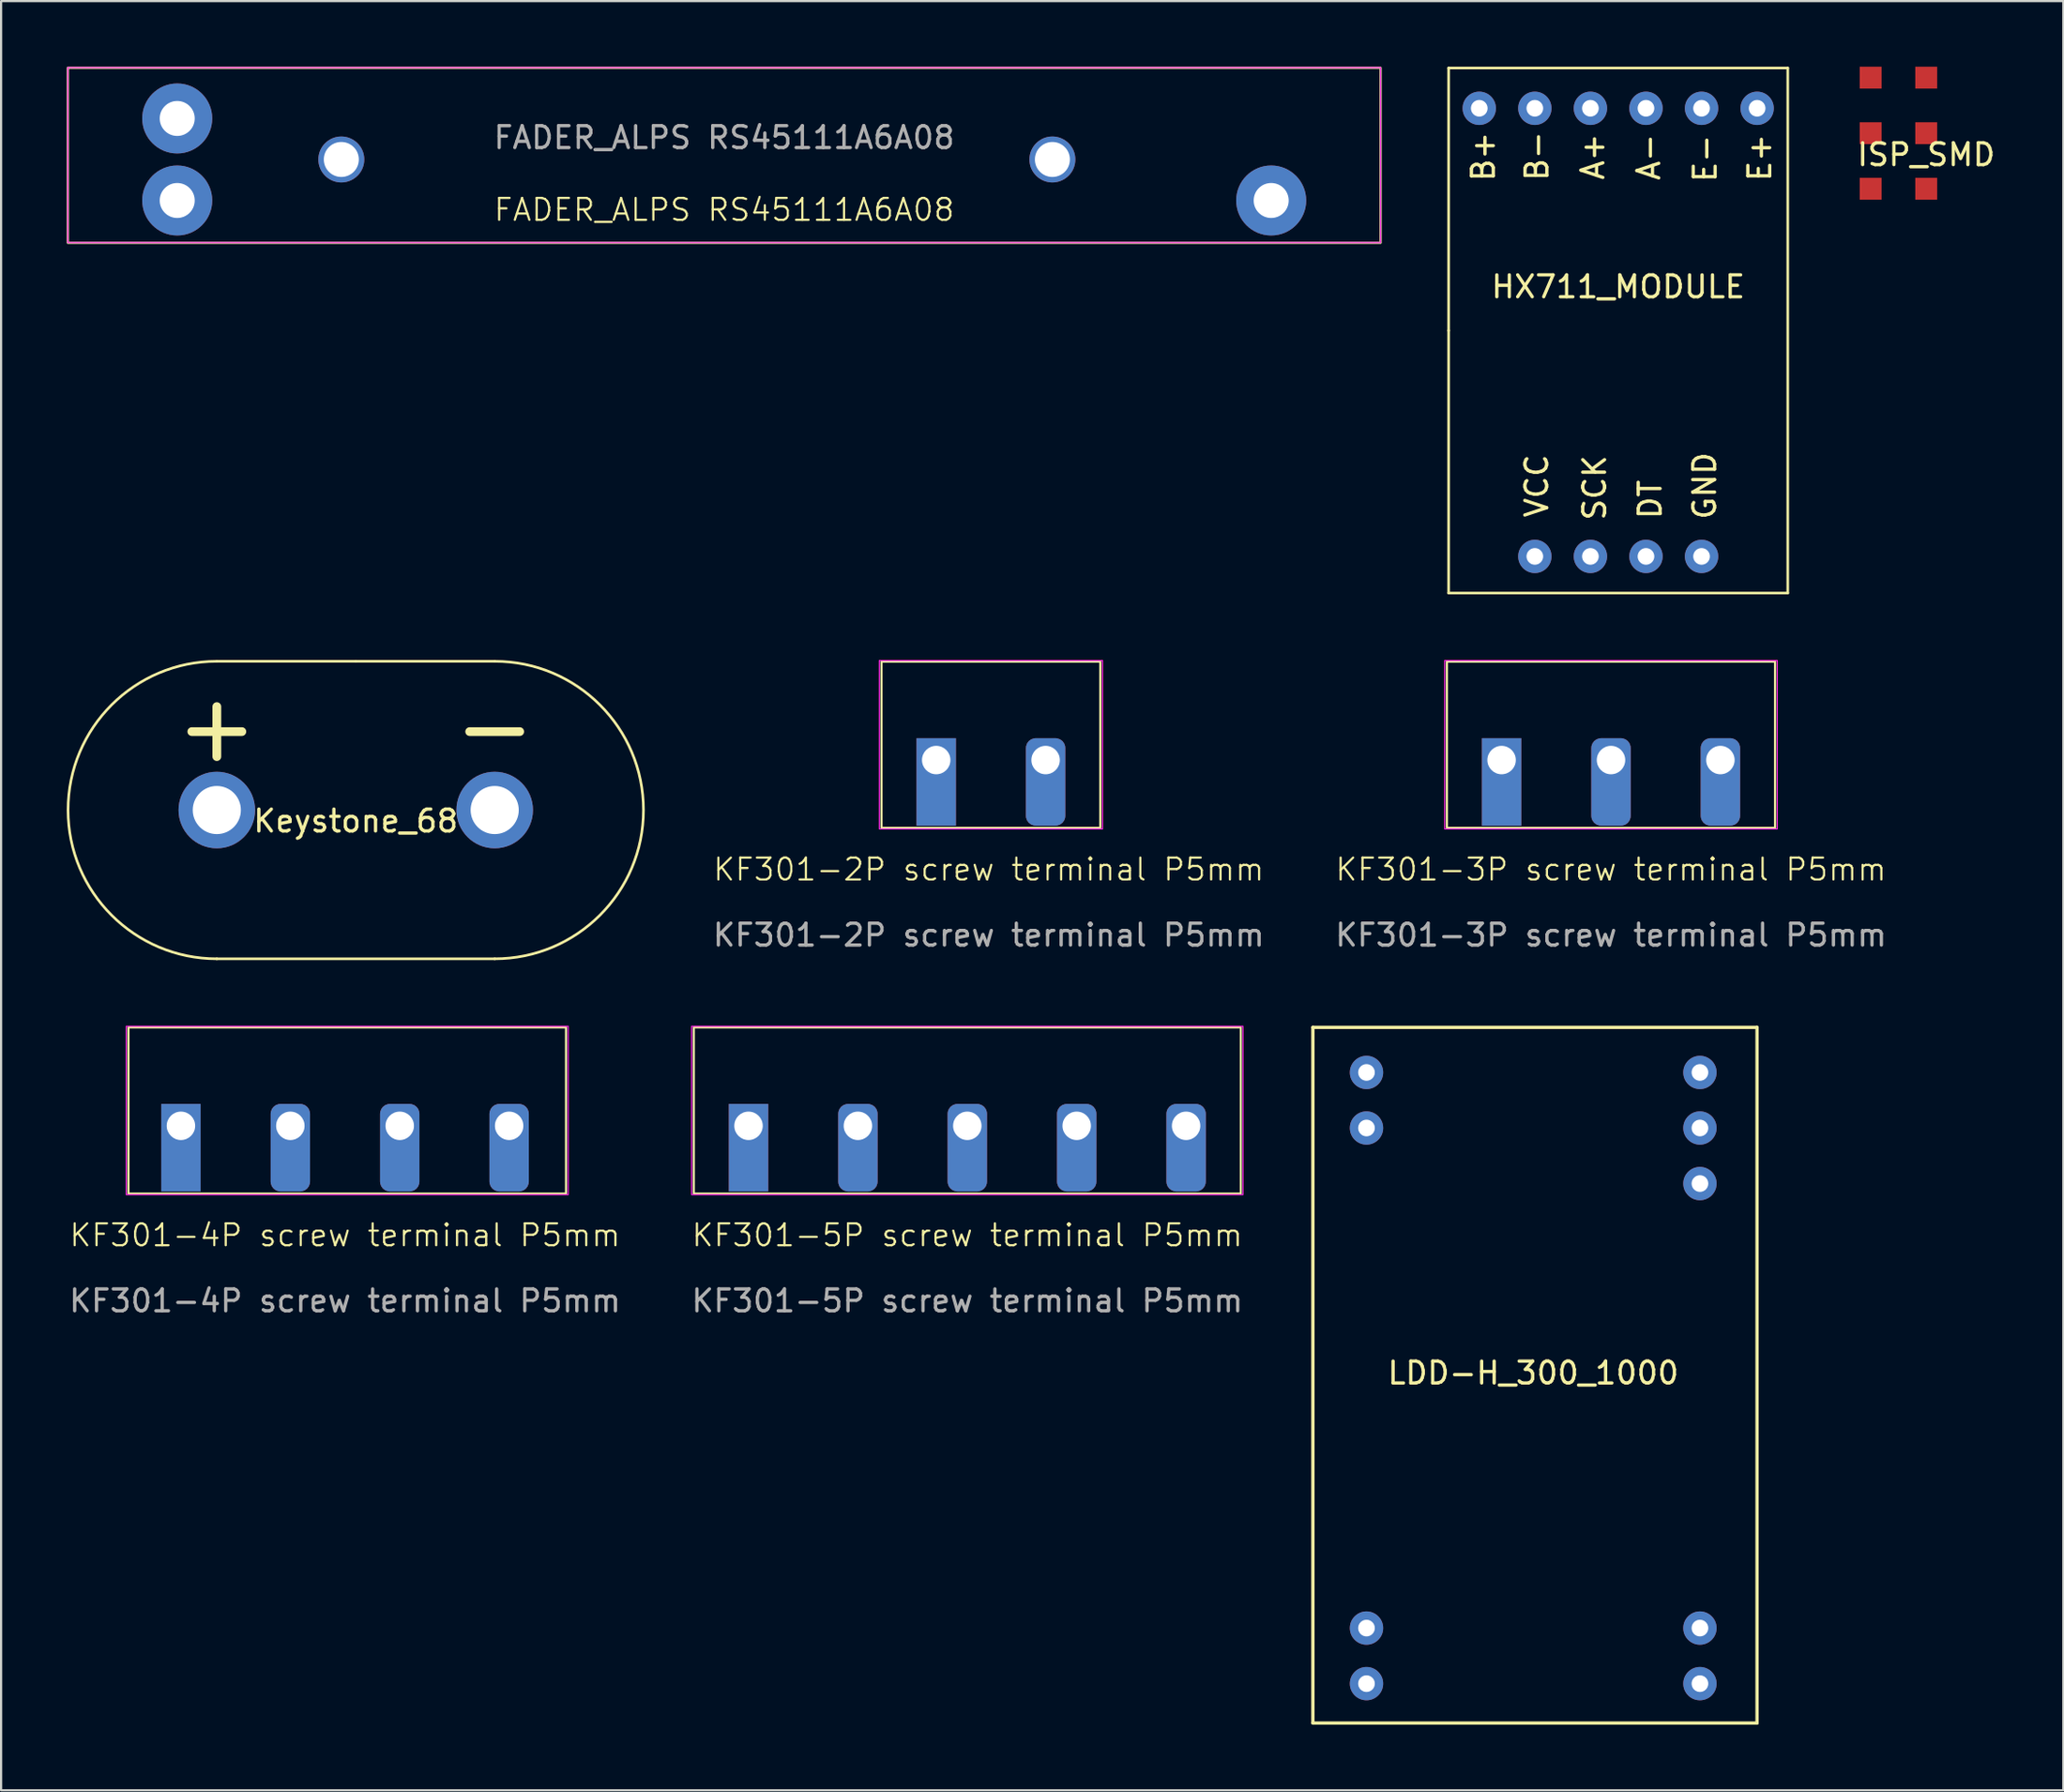
<source format=kicad_pcb>
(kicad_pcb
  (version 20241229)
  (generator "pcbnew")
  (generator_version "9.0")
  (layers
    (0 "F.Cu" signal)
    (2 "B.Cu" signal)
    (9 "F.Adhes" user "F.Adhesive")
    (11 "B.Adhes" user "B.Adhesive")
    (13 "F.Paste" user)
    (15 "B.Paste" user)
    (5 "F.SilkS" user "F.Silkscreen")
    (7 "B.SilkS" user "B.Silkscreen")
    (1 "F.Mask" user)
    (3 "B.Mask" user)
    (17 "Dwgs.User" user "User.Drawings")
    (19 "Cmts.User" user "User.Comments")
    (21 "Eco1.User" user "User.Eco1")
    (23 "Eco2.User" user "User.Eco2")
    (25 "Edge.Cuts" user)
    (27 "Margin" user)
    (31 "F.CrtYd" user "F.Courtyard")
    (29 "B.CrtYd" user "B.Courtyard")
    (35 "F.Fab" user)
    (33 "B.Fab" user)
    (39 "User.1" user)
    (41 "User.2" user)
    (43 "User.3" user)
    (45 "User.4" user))
  (footprint "HX711_MODULE"
    (layer "F.Cu")
    (at 70.91 12.06)
    (property "Reference" "HX711_MODULE" (at 0 -2 0) (layer "F.SilkS") (effects (font (size 1 1) (thickness 0.15))))
    (attr through_hole)
    (fp_line (start -7.75 -12) (end 7.75 -12) (stroke (width 0.12) (type solid)) (layer "F.SilkS"))
    (fp_line (start -7.75 0) (end -7.75 -12) (stroke (width 0.12) (type solid)) (layer "F.SilkS"))
    (fp_line (start -7.75 12) (end -7.75 0) (stroke (width 0.12) (type solid)) (layer "F.SilkS"))
    (fp_line (start 7.75 -12) (end 7.75 12) (stroke (width 0.12) (type solid)) (layer "F.SilkS"))
    (fp_line (start 7.75 12) (end -7.75 12) (stroke (width 0.12) (type solid)) (layer "F.SilkS"))
    (fp_text user "E+" (at 6.47 -7.906 90) (layer "F.SilkS") (effects (font (size 1 1) (thickness 0.15))))
    (fp_text user "SCK" (at -1.077 7.188 90) (layer "F.SilkS") (effects (font (size 1 1) (thickness 0.15))))
    (fp_text user "A-" (at 1.398 -7.931 90) (layer "F.SilkS") (effects (font (size 1 1) (thickness 0.15))))
    (fp_text user "B-" (at -3.715 -7.975 90) (layer "F.SilkS") (effects (font (size 1 1) (thickness 0.15))))
    (fp_text user "B+" (at -6.164 -7.952 90) (layer "F.SilkS") (effects (font (size 1 1) (thickness 0.15))))
    (fp_text user "E-" (at 3.976 -7.868 90) (layer "F.SilkS") (effects (font (size 1 1) (thickness 0.15))))
    (fp_text user "VCC" (at -3.724 7.099 90) (layer "F.SilkS") (effects (font (size 1 1) (thickness 0.15))))
    (fp_text user "A+" (at -1.157 -7.952 90) (layer "F.SilkS") (effects (font (size 1 1) (thickness 0.15))))
    (fp_text user "DT" (at 1.46 7.722 90) (layer "F.SilkS") (effects (font (size 1 1) (thickness 0.15))))
    (fp_text user "GND" (at 3.95 7.099 90) (layer "F.SilkS") (effects (font (size 1 1) (thickness 0.15))))
    (pad "1" thru_hole circle (at 3.81 10.325) (size 1.524 1.524) (drill 0.762) (layers "*.Cu" "*.Mask"))
    (pad "2" thru_hole circle (at 1.27 10.325) (size 1.524 1.524) (drill 0.762) (layers "*.Cu" "*.Mask"))
    (pad "3" thru_hole circle (at -1.27 10.325) (size 1.524 1.524) (drill 0.762) (layers "*.Cu" "*.Mask"))
    (pad "4" thru_hole circle (at -3.81 10.325) (size 1.524 1.524) (drill 0.762) (layers "*.Cu" "*.Mask"))
    (pad "5" thru_hole circle (at 6.35 -10.16) (size 1.524 1.524) (drill 0.762) (layers "*.Cu" "*.Mask"))
    (pad "6" thru_hole circle (at 3.81 -10.16) (size 1.524 1.524) (drill 0.762) (layers "*.Cu" "*.Mask"))
    (pad "7" thru_hole circle (at 1.27 -10.16) (size 1.524 1.524) (drill 0.762) (layers "*.Cu" "*.Mask"))
    (pad "8" thru_hole circle (at -1.27 -10.16) (size 1.524 1.524) (drill 0.762) (layers "*.Cu" "*.Mask"))
    (pad "9" thru_hole circle (at -3.81 -10.16) (size 1.524 1.524) (drill 0.762) (layers "*.Cu" "*.Mask"))
    (pad "10" thru_hole circle (at -6.35 -10.16) (size 1.524 1.524) (drill 0.762) (layers "*.Cu" "*.Mask")))
  (footprint "LDD-H_300_1000"
    (layer "F.Cu")
    (at 67.026 59.715)
    (property "Reference" "LDD-H_300_1000" (at 0 0 0) (layer "F.SilkS") (effects (font (size 1 1) (thickness 0.15))))
    (attr through_hole)
    (fp_line (start -10.07 -15.8) (end 10.23 -15.8) (stroke (width 0.15) (type solid)) (layer "F.SilkS"))
    (fp_line (start -10.07 16) (end -10.07 -15.8) (stroke (width 0.15) (type solid)) (layer "F.SilkS"))
    (fp_line (start 10.23 -15.8) (end 10.23 16) (stroke (width 0.15) (type solid)) (layer "F.SilkS"))
    (fp_line (start 10.23 16) (end -10.07 16) (stroke (width 0.15) (type solid)) (layer "F.SilkS"))
    (pad "1" thru_hole circle (at -7.62 -13.74) (size 1.524 1.524) (drill 0.762) (layers "*.Cu" "*.Mask"))
    (pad "2" thru_hole circle (at -7.62 -11.2) (size 1.524 1.524) (drill 0.762) (layers "*.Cu" "*.Mask"))
    (pad "11" thru_hole circle (at -7.62 11.66) (size 1.524 1.524) (drill 0.762) (layers "*.Cu" "*.Mask"))
    (pad "12" thru_hole circle (at -7.62 14.2) (size 1.524 1.524) (drill 0.762) (layers "*.Cu" "*.Mask"))
    (pad "13" thru_hole circle (at 7.62 14.2) (size 1.524 1.524) (drill 0.762) (layers "*.Cu" "*.Mask"))
    (pad "14" thru_hole circle (at 7.62 11.66) (size 1.524 1.524) (drill 0.762) (layers "*.Cu" "*.Mask"))
    (pad "22" thru_hole circle (at 7.62 -8.66) (size 1.524 1.524) (drill 0.762) (layers "*.Cu" "*.Mask"))
    (pad "23" thru_hole circle (at 7.62 -11.2) (size 1.524 1.524) (drill 0.762) (layers "*.Cu" "*.Mask"))
    (pad "24" thru_hole circle (at 7.62 -13.74) (size 1.524 1.524) (drill 0.762) (layers "*.Cu" "*.Mask")))
  (footprint "KF301-4P screw terminal P5mm"
    (layer "F.Cu")
    (at 12.72 48.415)
    (property "Reference" "KF301-4P screw terminal P5mm" (at 0 5 0) (unlocked yes) (layer "F.SilkS") (effects (font (size 1 1) (thickness 0.1))))
    (attr through_hole)
    (fp_rect (start -9.9 -4.5) (end 10.1 3.1) (stroke (width 0.1) (type default)) (fill no) (layer "F.SilkS"))
    (fp_rect (start -10 -4.55) (end 10.2 3.15) (stroke (width 0.05) (type default)) (fill no) (layer "F.CrtYd"))
    (fp_text user "${REFERENCE}" (at 0 8 0) (unlocked yes) (layer "F.Fab") (effects (font (size 1 1) (thickness 0.15))))
    (pad "1" thru_hole rect (at -7.5 0) (size 1.8 4) (drill 1.3 (offset 0 1)) (layers "*.Cu" "*.Mask"))
    (pad "2" thru_hole roundrect (at -2.5 0) (size 1.8 4) (drill 1.3 (offset 0 1)) (layers "*.Cu" "*.Mask") (roundrect_rratio 0.25))
    (pad "3" thru_hole roundrect (at 2.5 0) (size 1.8 4) (drill 1.3 (offset 0 1)) (layers "*.Cu" "*.Mask") (roundrect_rratio 0.25))
    (pad "4" thru_hole roundrect (at 7.5 0) (size 1.8 4) (drill 1.3 (offset 0 1)) (layers "*.Cu" "*.Mask") (roundrect_rratio 0.25)))
  (footprint "KF301-5P screw terminal P5mm"
    (layer "F.Cu")
    (at 41.161 48.415)
    (property "Reference" "KF301-5P screw terminal P5mm" (at 0 5 0) (unlocked yes) (layer "F.SilkS") (effects (font (size 1 1) (thickness 0.1))))
    (attr through_hole)
    (fp_rect (start -12.5 -4.5) (end 12.5 3.1) (stroke (width 0.1) (type default)) (fill no) (layer "F.SilkS"))
    (fp_rect (start -12.6 -4.55) (end 12.6 3.15) (stroke (width 0.05) (type default)) (fill no) (layer "F.CrtYd"))
    (fp_text user "${REFERENCE}" (at 0 8 0) (unlocked yes) (layer "F.Fab") (effects (font (size 1 1) (thickness 0.15))))
    (pad "1" thru_hole rect (at -10 0) (size 1.8 4) (drill 1.3 (offset 0 1)) (layers "*.Cu" "*.Mask"))
    (pad "2" thru_hole roundrect (at -5 0) (size 1.8 4) (drill 1.3 (offset 0 1)) (layers "*.Cu" "*.Mask") (roundrect_rratio 0.25))
    (pad "3" thru_hole roundrect (at 0 0) (size 1.8 4) (drill 1.3 (offset 0 1)) (layers "*.Cu" "*.Mask") (roundrect_rratio 0.25))
    (pad "4" thru_hole roundrect (at 5 0) (size 1.8 4) (drill 1.3 (offset 0 1)) (layers "*.Cu" "*.Mask") (roundrect_rratio 0.25))
    (pad "5" thru_hole roundrect (at 10 0) (size 1.8 4) (drill 1.3 (offset 0 1)) (layers "*.Cu" "*.Mask") (roundrect_rratio 0.25)))
  (footprint "ISP_SMD"
    (layer "F.Cu")
    (at 84.988 1.77)
    (property "Reference" "ISP_SMD" (at 0 2.25 0) (layer "F.SilkS") (effects (font (size 1 1) (thickness 0.15))))
    (attr through_hole)
    (pad "1" smd rect (at -2.54 -1.27) (size 1 1) (layers "F.Cu" "F.Mask" "F.Paste"))
    (pad "2" smd rect (at 0 -1.27) (size 1 1) (layers "F.Cu" "F.Mask" "F.Paste"))
    (pad "3" smd rect (at -2.54 1.27) (size 1 1) (layers "F.Cu" "F.Mask" "F.Paste"))
    (pad "4" smd rect (at 0 1.27) (size 1 1) (layers "F.Cu" "F.Mask" "F.Paste"))
    (pad "5" smd rect (at -2.54 3.81) (size 1 1) (layers "F.Cu" "F.Mask" "F.Paste"))
    (pad "6" smd rect (at 0 3.81) (size 1 1) (layers "F.Cu" "F.Mask" "F.Paste")))
  (footprint "FADER_ALPS RS45111A6A08"
    (layer "F.Cu")
    (at 30.05 4.24)
    (property "Reference" "FADER_ALPS RS45111A6A08" (at 0 2.3 0) (unlocked yes) (layer "F.SilkS") (effects (font (size 1 1) (thickness 0.1))))
    (attr through_hole)
    (fp_rect (start -30 -4.19) (end 30 3.81) (stroke (width 0.1) (type solid)) (fill no) (layer "F.SilkS"))
    (fp_rect (start -30 -4.2) (end 30 3.8) (stroke (width 0.05) (type default)) (fill no) (layer "F.CrtYd"))
    (fp_text user "${REFERENCE}" (at 0 -1 0) (unlocked yes) (layer "F.Fab") (effects (font (size 1 1) (thickness 0.15))))
    (pad "" np_thru_hole circle (at -17.5 0) (size 2.1 2.1) (drill 1.6) (layers "*.Cu" "*.Mask"))
    (pad "" np_thru_hole circle (at 15 0) (size 2.1 2.1) (drill 1.6) (layers "*.Cu" "*.Mask"))
    (pad "1" thru_hole circle (at -25 1.875) (size 3.2 3.2) (drill 1.6) (layers "*.Cu" "*.Mask"))
    (pad "2" thru_hole circle (at -25 -1.875) (size 3.2 3.2) (drill 1.6) (layers "*.Cu" "*.Mask"))
    (pad "3" thru_hole circle (at 25 1.875) (size 3.2 3.2) (drill 1.6) (layers "*.Cu" "*.Mask")))
  (footprint "KF301-3P screw terminal P5mm"
    (layer "F.Cu")
    (at 70.581 31.695)
    (property "Reference" "KF301-3P screw terminal P5mm" (at 0 5 0) (unlocked yes) (layer "F.SilkS") (effects (font (size 1 1) (thickness 0.1))))
    (attr through_hole)
    (fp_rect (start -7.5 -4.5) (end 7.5 3.1) (stroke (width 0.1) (type default)) (fill no) (layer "F.SilkS"))
    (fp_rect (start -7.6 -4.55) (end 7.6 3.15) (stroke (width 0.05) (type default)) (fill no) (layer "F.CrtYd"))
    (fp_text user "${REFERENCE}" (at 0 8 0) (unlocked yes) (layer "F.Fab") (effects (font (size 1 1) (thickness 0.15))))
    (pad "1" thru_hole rect (at -5 0) (size 1.8 4) (drill 1.3 (offset 0 1)) (layers "*.Cu" "*.Mask"))
    (pad "2" thru_hole roundrect (at 0 0) (size 1.8 4) (drill 1.3 (offset 0 1)) (layers "*.Cu" "*.Mask") (roundrect_rratio 0.25))
    (pad "3" thru_hole roundrect (at 5 0) (size 1.8 4) (drill 1.3 (offset 0 1)) (layers "*.Cu" "*.Mask") (roundrect_rratio 0.25)))
  (footprint "Keystone_68"
    (layer "F.Cu")
    (at 13.21 33.98)
    (property "Reference" "Keystone_68" (at 0 0.5 0) (layer "F.SilkS") (effects (font (size 1 1) (thickness 0.15))))
    (attr through_hole)
    (fp_line (start 0 -6.8) (end -6.35 -6.8) (stroke (width 0.12) (type solid)) (layer "F.SilkS"))
    (fp_line (start 0 -6.8) (end 6.35 -6.8) (stroke (width 0.12) (type solid)) (layer "F.SilkS"))
    (fp_line (start 6.35 6.8) (end -6.35 6.8) (stroke (width 0.12) (type solid)) (layer "F.SilkS"))
    (fp_arc (start -6.35 6.8) (mid -13.15 0) (end -6.35 -6.8) (stroke (width 0.12) (type solid)) (layer "F.SilkS"))
    (fp_arc (start 6.35 -6.8) (mid 13.15 0) (end 6.35 6.8) (stroke (width 0.12) (type solid)) (layer "F.SilkS"))
    (fp_text user "+" (at -6.35 -3.81 0) (layer "F.SilkS") (effects (font (size 3 3) (thickness 0.4))))
    (fp_text user "-" (at 6.35 -3.81 0) (layer "F.SilkS") (effects (font (size 3 3) (thickness 0.4))))
    (pad "1" thru_hole circle (at -6.35 0) (size 3.5 3.5) (drill 2.2) (layers "*.Cu" "*.Mask"))
    (pad "2" thru_hole circle (at 6.35 0) (size 3.5 3.5) (drill 2.2) (layers "*.Cu" "*.Mask")))
  (footprint "KF301-2P screw terminal P5mm"
    (layer "F.Cu")
    (at 42.14 31.695)
    (property "Reference" "KF301-2P screw terminal P5mm" (at 0 5 0) (unlocked yes) (layer "F.SilkS") (effects (font (size 1 1) (thickness 0.1))))
    (attr through_hole)
    (fp_rect (start -4.9 -4.5) (end 5.1 3.1) (stroke (width 0.1) (type default)) (fill no) (layer "F.SilkS"))
    (fp_rect (start -5 -4.55) (end 5.2 3.15) (stroke (width 0.05) (type default)) (fill no) (layer "F.CrtYd"))
    (fp_text user "${REFERENCE}" (at 0 8 0) (unlocked yes) (layer "F.Fab") (effects (font (size 1 1) (thickness 0.15))))
    (pad "1" thru_hole rect (at -2.4 0) (size 1.8 4) (drill 1.3 (offset 0 1)) (layers "*.Cu" "*.Mask"))
    (pad "2" thru_hole roundrect (at 2.6 0) (size 1.8 4) (drill 1.3 (offset 0 1)) (layers "*.Cu" "*.Mask") (roundrect_rratio 0.25)))
  (gr_rect
    (start -3 -3)
    (end 91.256 78.79)
    (stroke (width 0.1) (type default))
    (fill no)
    (layer "Edge.Cuts")))
</source>
